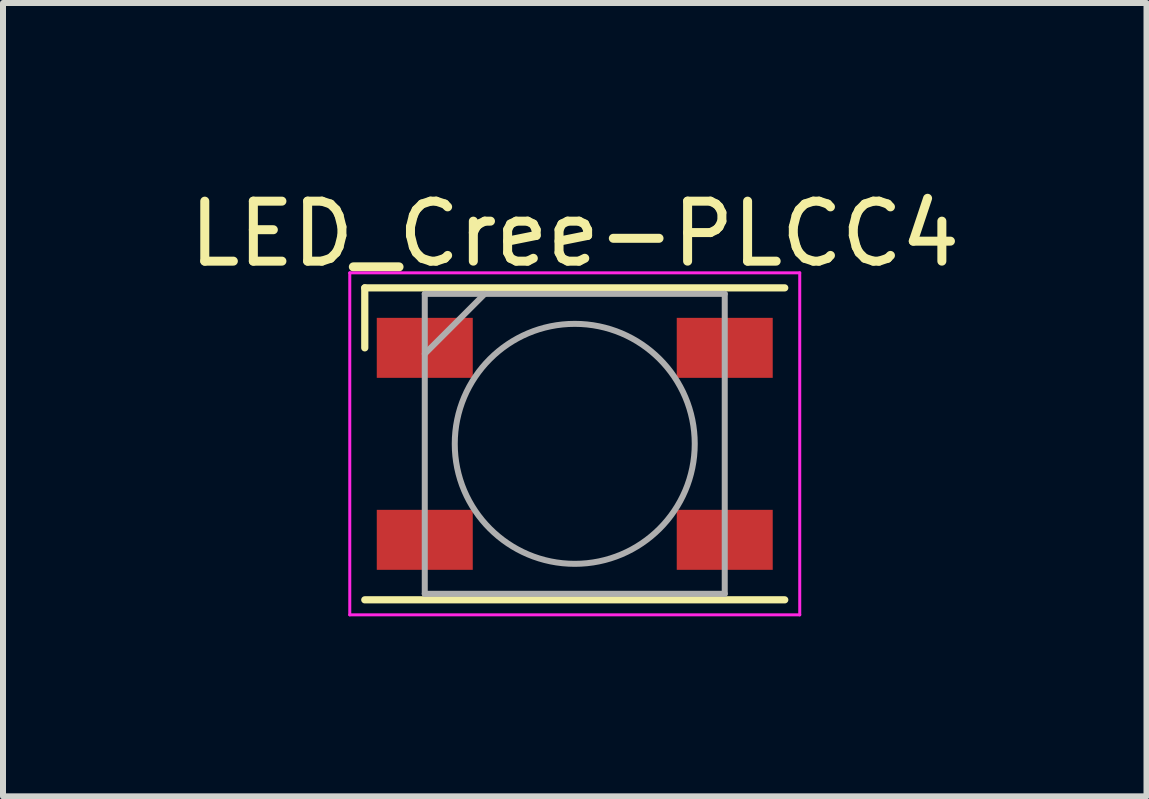
<source format=kicad_pcb>
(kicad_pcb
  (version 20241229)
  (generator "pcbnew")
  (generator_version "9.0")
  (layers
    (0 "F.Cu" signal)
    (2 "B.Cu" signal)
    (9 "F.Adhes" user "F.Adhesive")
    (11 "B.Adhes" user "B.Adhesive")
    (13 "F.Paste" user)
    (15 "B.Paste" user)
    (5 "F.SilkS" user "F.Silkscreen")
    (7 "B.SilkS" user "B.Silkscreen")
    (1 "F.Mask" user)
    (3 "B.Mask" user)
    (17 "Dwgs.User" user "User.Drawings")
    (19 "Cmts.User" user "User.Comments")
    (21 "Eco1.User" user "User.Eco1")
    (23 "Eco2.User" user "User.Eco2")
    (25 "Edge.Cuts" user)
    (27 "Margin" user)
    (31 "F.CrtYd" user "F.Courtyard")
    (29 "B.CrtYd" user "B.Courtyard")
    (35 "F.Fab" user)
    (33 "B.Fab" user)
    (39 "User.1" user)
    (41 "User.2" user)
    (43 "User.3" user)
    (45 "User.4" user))
  (footprint "LED_Cree-PLCC4"
    (layer "F.Cu")
    (at 6.53 4.348)
    (property "Reference" "LED_Cree-PLCC4" (at 0 -3.5 0) (layer "F.SilkS") (effects (font (size 1 1) (thickness 0.15))))
    (attr smd)
    (fp_line (start -3.5 -2.6) (end 3.5 -2.6) (stroke (width 0.12) (type solid)) (layer "F.SilkS"))
    (fp_line (start -3.5 -1.6) (end -3.5 -2.6) (stroke (width 0.12) (type solid)) (layer "F.SilkS"))
    (fp_line (start -3.5 2.6) (end 3.5 2.6) (stroke (width 0.12) (type solid)) (layer "F.SilkS"))
    (fp_line (start -3.75 -2.85) (end -3.75 2.85) (stroke (width 0.05) (type solid)) (layer "F.CrtYd"))
    (fp_line (start -3.75 2.85) (end 3.75 2.85) (stroke (width 0.05) (type solid)) (layer "F.CrtYd"))
    (fp_line (start 3.75 -2.85) (end -3.75 -2.85) (stroke (width 0.05) (type solid)) (layer "F.CrtYd"))
    (fp_line (start 3.75 2.85) (end 3.75 -2.85) (stroke (width 0.05) (type solid)) (layer "F.CrtYd"))
    (fp_line (start -2.5 -2.5) (end -2.5 2.5) (stroke (width 0.1) (type solid)) (layer "F.Fab"))
    (fp_line (start -2.5 2.5) (end 2.5 2.5) (stroke (width 0.1) (type solid)) (layer "F.Fab"))
    (fp_line (start -1.5 -2.5) (end -2.5 -1.5) (stroke (width 0.1) (type solid)) (layer "F.Fab"))
    (fp_line (start 2.5 -2.5) (end -2.5 -2.5) (stroke (width 0.1) (type solid)) (layer "F.Fab"))
    (fp_line (start 2.5 2.5) (end 2.5 -2.5) (stroke (width 0.1) (type solid)) (layer "F.Fab"))
    (fp_circle (center 0 0) (end 0 -2) (stroke (width 0.1) (type solid)) (fill no) (layer "F.Fab"))
    (pad "1" smd rect (at -2.5 -1.6) (size 1.6 1) (layers "F.Cu" "F.Mask" "F.Paste"))
    (pad "2" smd rect (at 2.5 -1.6) (size 1.6 1) (layers "F.Cu" "F.Mask" "F.Paste"))
    (pad "3" smd rect (at 2.5 1.6) (size 1.6 1) (layers "F.Cu" "F.Mask" "F.Paste"))
    (pad "4" smd rect (at -2.5 1.6) (size 1.6 1) (layers "F.Cu" "F.Mask" "F.Paste")))
  (gr_rect
    (start -3 -3)
    (end 16.06 10.223)
    (stroke (width 0.1) (type default))
    (fill no)
    (layer "Edge.Cuts")))
</source>
